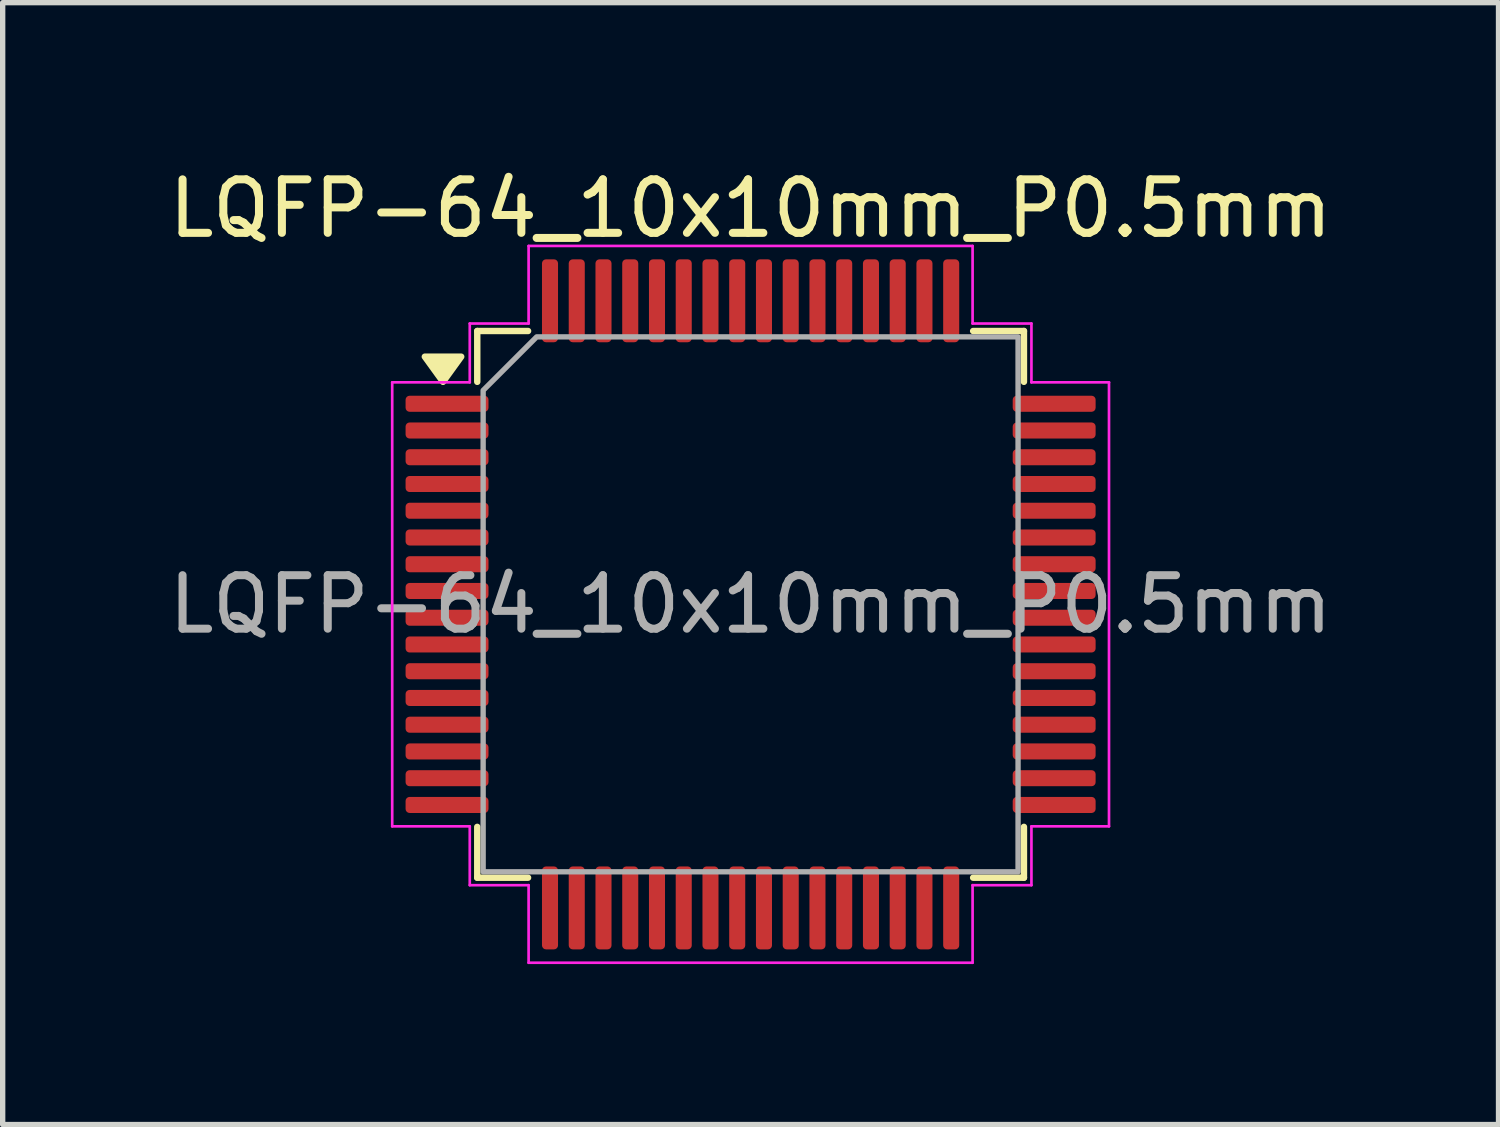
<source format=kicad_pcb>
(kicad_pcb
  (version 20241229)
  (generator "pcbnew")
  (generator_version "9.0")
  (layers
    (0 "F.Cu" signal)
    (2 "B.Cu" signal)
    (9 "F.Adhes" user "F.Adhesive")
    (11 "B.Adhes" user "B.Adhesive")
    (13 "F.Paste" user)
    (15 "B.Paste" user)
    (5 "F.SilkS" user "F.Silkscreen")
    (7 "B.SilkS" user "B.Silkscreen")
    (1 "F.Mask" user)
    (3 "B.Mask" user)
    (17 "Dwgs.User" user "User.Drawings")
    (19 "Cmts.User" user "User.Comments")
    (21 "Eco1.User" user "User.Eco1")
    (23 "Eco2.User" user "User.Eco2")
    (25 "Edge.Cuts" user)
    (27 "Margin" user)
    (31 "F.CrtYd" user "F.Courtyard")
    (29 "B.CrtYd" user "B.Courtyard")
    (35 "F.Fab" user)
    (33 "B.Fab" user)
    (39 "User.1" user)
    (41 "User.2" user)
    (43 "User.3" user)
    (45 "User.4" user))
  (footprint "LQFP-64_10x10mm_P0.5mm"
    (layer "F.Cu")
    (at 10.982 8.248)
    (property "Reference" "LQFP-64_10x10mm_P0.5mm" (at 0 -7.4 0) (layer "F.SilkS") (effects (font (size 1 1) (thickness 0.15))))
    (attr smd)
    (fp_line (start -5.11 -5.11) (end -4.16 -5.11) (stroke (width 0.12) (type solid)) (layer "F.SilkS"))
    (fp_line (start -5.11 -4.16) (end -5.11 -5.11) (stroke (width 0.12) (type solid)) (layer "F.SilkS"))
    (fp_line (start -5.11 5.11) (end -5.11 4.16) (stroke (width 0.12) (type solid)) (layer "F.SilkS"))
    (fp_line (start -4.16 5.11) (end -5.11 5.11) (stroke (width 0.12) (type solid)) (layer "F.SilkS"))
    (fp_line (start 4.16 -5.11) (end 5.11 -5.11) (stroke (width 0.12) (type solid)) (layer "F.SilkS"))
    (fp_line (start 5.11 -5.11) (end 5.11 -4.16) (stroke (width 0.12) (type solid)) (layer "F.SilkS"))
    (fp_line (start 5.11 4.16) (end 5.11 5.11) (stroke (width 0.12) (type solid)) (layer "F.SilkS"))
    (fp_line (start 5.11 5.11) (end 4.16 5.11) (stroke (width 0.12) (type solid)) (layer "F.SilkS"))
    (fp_poly (pts (xy -5.75 -4.16) (xy -6.09 -4.63) (xy -5.41 -4.63)) (stroke (width 0.12) (type solid)) (fill yes) (layer "F.SilkS"))
    (fp_line (start -6.7 -4.15) (end -5.25 -4.15) (stroke (width 0.05) (type solid)) (layer "F.CrtYd"))
    (fp_line (start -6.7 4.15) (end -6.7 -4.15) (stroke (width 0.05) (type solid)) (layer "F.CrtYd"))
    (fp_line (start -5.25 -5.25) (end -4.15 -5.25) (stroke (width 0.05) (type solid)) (layer "F.CrtYd"))
    (fp_line (start -5.25 -4.15) (end -5.25 -5.25) (stroke (width 0.05) (type solid)) (layer "F.CrtYd"))
    (fp_line (start -5.25 4.15) (end -6.7 4.15) (stroke (width 0.05) (type solid)) (layer "F.CrtYd"))
    (fp_line (start -5.25 5.25) (end -5.25 4.15) (stroke (width 0.05) (type solid)) (layer "F.CrtYd"))
    (fp_line (start -4.15 -6.7) (end 4.15 -6.7) (stroke (width 0.05) (type solid)) (layer "F.CrtYd"))
    (fp_line (start -4.15 -5.25) (end -4.15 -6.7) (stroke (width 0.05) (type solid)) (layer "F.CrtYd"))
    (fp_line (start -4.15 5.25) (end -5.25 5.25) (stroke (width 0.05) (type solid)) (layer "F.CrtYd"))
    (fp_line (start -4.15 6.7) (end -4.15 5.25) (stroke (width 0.05) (type solid)) (layer "F.CrtYd"))
    (fp_line (start 4.15 -6.7) (end 4.15 -5.25) (stroke (width 0.05) (type solid)) (layer "F.CrtYd"))
    (fp_line (start 4.15 -5.25) (end 5.25 -5.25) (stroke (width 0.05) (type solid)) (layer "F.CrtYd"))
    (fp_line (start 4.15 5.25) (end 4.15 6.7) (stroke (width 0.05) (type solid)) (layer "F.CrtYd"))
    (fp_line (start 4.15 6.7) (end -4.15 6.7) (stroke (width 0.05) (type solid)) (layer "F.CrtYd"))
    (fp_line (start 5.25 -5.25) (end 5.25 -4.15) (stroke (width 0.05) (type solid)) (layer "F.CrtYd"))
    (fp_line (start 5.25 -4.15) (end 6.7 -4.15) (stroke (width 0.05) (type solid)) (layer "F.CrtYd"))
    (fp_line (start 5.25 4.15) (end 5.25 5.25) (stroke (width 0.05) (type solid)) (layer "F.CrtYd"))
    (fp_line (start 5.25 5.25) (end 4.15 5.25) (stroke (width 0.05) (type solid)) (layer "F.CrtYd"))
    (fp_line (start 6.7 -4.15) (end 6.7 4.15) (stroke (width 0.05) (type solid)) (layer "F.CrtYd"))
    (fp_line (start 6.7 4.15) (end 5.25 4.15) (stroke (width 0.05) (type solid)) (layer "F.CrtYd"))
    (fp_poly (pts (xy -5 -4) (xy -5 5) (xy 5 5) (xy 5 -5) (xy -4 -5)) (stroke (width 0.1) (type solid)) (fill no) (layer "F.Fab"))
    (fp_text user "${REFERENCE}" (at 0 0 0) (layer "F.Fab") (effects (font (size 1 1) (thickness 0.15))))
    (pad "1" smd roundrect (at -5.675 -3.75) (size 1.55 0.3) (layers "F.Cu" "F.Mask" "F.Paste") (roundrect_rratio 0.25))
    (pad "2" smd roundrect (at -5.675 -3.25) (size 1.55 0.3) (layers "F.Cu" "F.Mask" "F.Paste") (roundrect_rratio 0.25))
    (pad "3" smd roundrect (at -5.675 -2.75) (size 1.55 0.3) (layers "F.Cu" "F.Mask" "F.Paste") (roundrect_rratio 0.25))
    (pad "4" smd roundrect (at -5.675 -2.25) (size 1.55 0.3) (layers "F.Cu" "F.Mask" "F.Paste") (roundrect_rratio 0.25))
    (pad "5" smd roundrect (at -5.675 -1.75) (size 1.55 0.3) (layers "F.Cu" "F.Mask" "F.Paste") (roundrect_rratio 0.25))
    (pad "6" smd roundrect (at -5.675 -1.25) (size 1.55 0.3) (layers "F.Cu" "F.Mask" "F.Paste") (roundrect_rratio 0.25))
    (pad "7" smd roundrect (at -5.675 -0.75) (size 1.55 0.3) (layers "F.Cu" "F.Mask" "F.Paste") (roundrect_rratio 0.25))
    (pad "8" smd roundrect (at -5.675 -0.25) (size 1.55 0.3) (layers "F.Cu" "F.Mask" "F.Paste") (roundrect_rratio 0.25))
    (pad "9" smd roundrect (at -5.675 0.25) (size 1.55 0.3) (layers "F.Cu" "F.Mask" "F.Paste") (roundrect_rratio 0.25))
    (pad "10" smd roundrect (at -5.675 0.75) (size 1.55 0.3) (layers "F.Cu" "F.Mask" "F.Paste") (roundrect_rratio 0.25))
    (pad "11" smd roundrect (at -5.675 1.25) (size 1.55 0.3) (layers "F.Cu" "F.Mask" "F.Paste") (roundrect_rratio 0.25))
    (pad "12" smd roundrect (at -5.675 1.75) (size 1.55 0.3) (layers "F.Cu" "F.Mask" "F.Paste") (roundrect_rratio 0.25))
    (pad "13" smd roundrect (at -5.675 2.25) (size 1.55 0.3) (layers "F.Cu" "F.Mask" "F.Paste") (roundrect_rratio 0.25))
    (pad "14" smd roundrect (at -5.675 2.75) (size 1.55 0.3) (layers "F.Cu" "F.Mask" "F.Paste") (roundrect_rratio 0.25))
    (pad "15" smd roundrect (at -5.675 3.25) (size 1.55 0.3) (layers "F.Cu" "F.Mask" "F.Paste") (roundrect_rratio 0.25))
    (pad "16" smd roundrect (at -5.675 3.75) (size 1.55 0.3) (layers "F.Cu" "F.Mask" "F.Paste") (roundrect_rratio 0.25))
    (pad "17" smd roundrect (at -3.75 5.675) (size 0.3 1.55) (layers "F.Cu" "F.Mask" "F.Paste") (roundrect_rratio 0.25))
    (pad "18" smd roundrect (at -3.25 5.675) (size 0.3 1.55) (layers "F.Cu" "F.Mask" "F.Paste") (roundrect_rratio 0.25))
    (pad "19" smd roundrect (at -2.75 5.675) (size 0.3 1.55) (layers "F.Cu" "F.Mask" "F.Paste") (roundrect_rratio 0.25))
    (pad "20" smd roundrect (at -2.25 5.675) (size 0.3 1.55) (layers "F.Cu" "F.Mask" "F.Paste") (roundrect_rratio 0.25))
    (pad "21" smd roundrect (at -1.75 5.675) (size 0.3 1.55) (layers "F.Cu" "F.Mask" "F.Paste") (roundrect_rratio 0.25))
    (pad "22" smd roundrect (at -1.25 5.675) (size 0.3 1.55) (layers "F.Cu" "F.Mask" "F.Paste") (roundrect_rratio 0.25))
    (pad "23" smd roundrect (at -0.75 5.675) (size 0.3 1.55) (layers "F.Cu" "F.Mask" "F.Paste") (roundrect_rratio 0.25))
    (pad "24" smd roundrect (at -0.25 5.675) (size 0.3 1.55) (layers "F.Cu" "F.Mask" "F.Paste") (roundrect_rratio 0.25))
    (pad "25" smd roundrect (at 0.25 5.675) (size 0.3 1.55) (layers "F.Cu" "F.Mask" "F.Paste") (roundrect_rratio 0.25))
    (pad "26" smd roundrect (at 0.75 5.675) (size 0.3 1.55) (layers "F.Cu" "F.Mask" "F.Paste") (roundrect_rratio 0.25))
    (pad "27" smd roundrect (at 1.25 5.675) (size 0.3 1.55) (layers "F.Cu" "F.Mask" "F.Paste") (roundrect_rratio 0.25))
    (pad "28" smd roundrect (at 1.75 5.675) (size 0.3 1.55) (layers "F.Cu" "F.Mask" "F.Paste") (roundrect_rratio 0.25))
    (pad "29" smd roundrect (at 2.25 5.675) (size 0.3 1.55) (layers "F.Cu" "F.Mask" "F.Paste") (roundrect_rratio 0.25))
    (pad "30" smd roundrect (at 2.75 5.675) (size 0.3 1.55) (layers "F.Cu" "F.Mask" "F.Paste") (roundrect_rratio 0.25))
    (pad "31" smd roundrect (at 3.25 5.675) (size 0.3 1.55) (layers "F.Cu" "F.Mask" "F.Paste") (roundrect_rratio 0.25))
    (pad "32" smd roundrect (at 3.75 5.675) (size 0.3 1.55) (layers "F.Cu" "F.Mask" "F.Paste") (roundrect_rratio 0.25))
    (pad "33" smd roundrect (at 5.675 3.75) (size 1.55 0.3) (layers "F.Cu" "F.Mask" "F.Paste") (roundrect_rratio 0.25))
    (pad "34" smd roundrect (at 5.675 3.25) (size 1.55 0.3) (layers "F.Cu" "F.Mask" "F.Paste") (roundrect_rratio 0.25))
    (pad "35" smd roundrect (at 5.675 2.75) (size 1.55 0.3) (layers "F.Cu" "F.Mask" "F.Paste") (roundrect_rratio 0.25))
    (pad "36" smd roundrect (at 5.675 2.25) (size 1.55 0.3) (layers "F.Cu" "F.Mask" "F.Paste") (roundrect_rratio 0.25))
    (pad "37" smd roundrect (at 5.675 1.75) (size 1.55 0.3) (layers "F.Cu" "F.Mask" "F.Paste") (roundrect_rratio 0.25))
    (pad "38" smd roundrect (at 5.675 1.25) (size 1.55 0.3) (layers "F.Cu" "F.Mask" "F.Paste") (roundrect_rratio 0.25))
    (pad "39" smd roundrect (at 5.675 0.75) (size 1.55 0.3) (layers "F.Cu" "F.Mask" "F.Paste") (roundrect_rratio 0.25))
    (pad "40" smd roundrect (at 5.675 0.25) (size 1.55 0.3) (layers "F.Cu" "F.Mask" "F.Paste") (roundrect_rratio 0.25))
    (pad "41" smd roundrect (at 5.675 -0.25) (size 1.55 0.3) (layers "F.Cu" "F.Mask" "F.Paste") (roundrect_rratio 0.25))
    (pad "42" smd roundrect (at 5.675 -0.75) (size 1.55 0.3) (layers "F.Cu" "F.Mask" "F.Paste") (roundrect_rratio 0.25))
    (pad "43" smd roundrect (at 5.675 -1.25) (size 1.55 0.3) (layers "F.Cu" "F.Mask" "F.Paste") (roundrect_rratio 0.25))
    (pad "44" smd roundrect (at 5.675 -1.75) (size 1.55 0.3) (layers "F.Cu" "F.Mask" "F.Paste") (roundrect_rratio 0.25))
    (pad "45" smd roundrect (at 5.675 -2.25) (size 1.55 0.3) (layers "F.Cu" "F.Mask" "F.Paste") (roundrect_rratio 0.25))
    (pad "46" smd roundrect (at 5.675 -2.75) (size 1.55 0.3) (layers "F.Cu" "F.Mask" "F.Paste") (roundrect_rratio 0.25))
    (pad "47" smd roundrect (at 5.675 -3.25) (size 1.55 0.3) (layers "F.Cu" "F.Mask" "F.Paste") (roundrect_rratio 0.25))
    (pad "48" smd roundrect (at 5.675 -3.75) (size 1.55 0.3) (layers "F.Cu" "F.Mask" "F.Paste") (roundrect_rratio 0.25))
    (pad "49" smd roundrect (at 3.75 -5.675) (size 0.3 1.55) (layers "F.Cu" "F.Mask" "F.Paste") (roundrect_rratio 0.25))
    (pad "50" smd roundrect (at 3.25 -5.675) (size 0.3 1.55) (layers "F.Cu" "F.Mask" "F.Paste") (roundrect_rratio 0.25))
    (pad "51" smd roundrect (at 2.75 -5.675) (size 0.3 1.55) (layers "F.Cu" "F.Mask" "F.Paste") (roundrect_rratio 0.25))
    (pad "52" smd roundrect (at 2.25 -5.675) (size 0.3 1.55) (layers "F.Cu" "F.Mask" "F.Paste") (roundrect_rratio 0.25))
    (pad "53" smd roundrect (at 1.75 -5.675) (size 0.3 1.55) (layers "F.Cu" "F.Mask" "F.Paste") (roundrect_rratio 0.25))
    (pad "54" smd roundrect (at 1.25 -5.675) (size 0.3 1.55) (layers "F.Cu" "F.Mask" "F.Paste") (roundrect_rratio 0.25))
    (pad "55" smd roundrect (at 0.75 -5.675) (size 0.3 1.55) (layers "F.Cu" "F.Mask" "F.Paste") (roundrect_rratio 0.25))
    (pad "56" smd roundrect (at 0.25 -5.675) (size 0.3 1.55) (layers "F.Cu" "F.Mask" "F.Paste") (roundrect_rratio 0.25))
    (pad "57" smd roundrect (at -0.25 -5.675) (size 0.3 1.55) (layers "F.Cu" "F.Mask" "F.Paste") (roundrect_rratio 0.25))
    (pad "58" smd roundrect (at -0.75 -5.675) (size 0.3 1.55) (layers "F.Cu" "F.Mask" "F.Paste") (roundrect_rratio 0.25))
    (pad "59" smd roundrect (at -1.25 -5.675) (size 0.3 1.55) (layers "F.Cu" "F.Mask" "F.Paste") (roundrect_rratio 0.25))
    (pad "60" smd roundrect (at -1.75 -5.675) (size 0.3 1.55) (layers "F.Cu" "F.Mask" "F.Paste") (roundrect_rratio 0.25))
    (pad "61" smd roundrect (at -2.25 -5.675) (size 0.3 1.55) (layers "F.Cu" "F.Mask" "F.Paste") (roundrect_rratio 0.25))
    (pad "62" smd roundrect (at -2.75 -5.675) (size 0.3 1.55) (layers "F.Cu" "F.Mask" "F.Paste") (roundrect_rratio 0.25))
    (pad "63" smd roundrect (at -3.25 -5.675) (size 0.3 1.55) (layers "F.Cu" "F.Mask" "F.Paste") (roundrect_rratio 0.25))
    (pad "64" smd roundrect (at -3.75 -5.675) (size 0.3 1.55) (layers "F.Cu" "F.Mask" "F.Paste") (roundrect_rratio 0.25)))
  (gr_rect
    (start -3 -3)
    (end 24.964 17.973)
    (stroke (width 0.1) (type default))
    (fill no)
    (layer "Edge.Cuts")))
</source>
